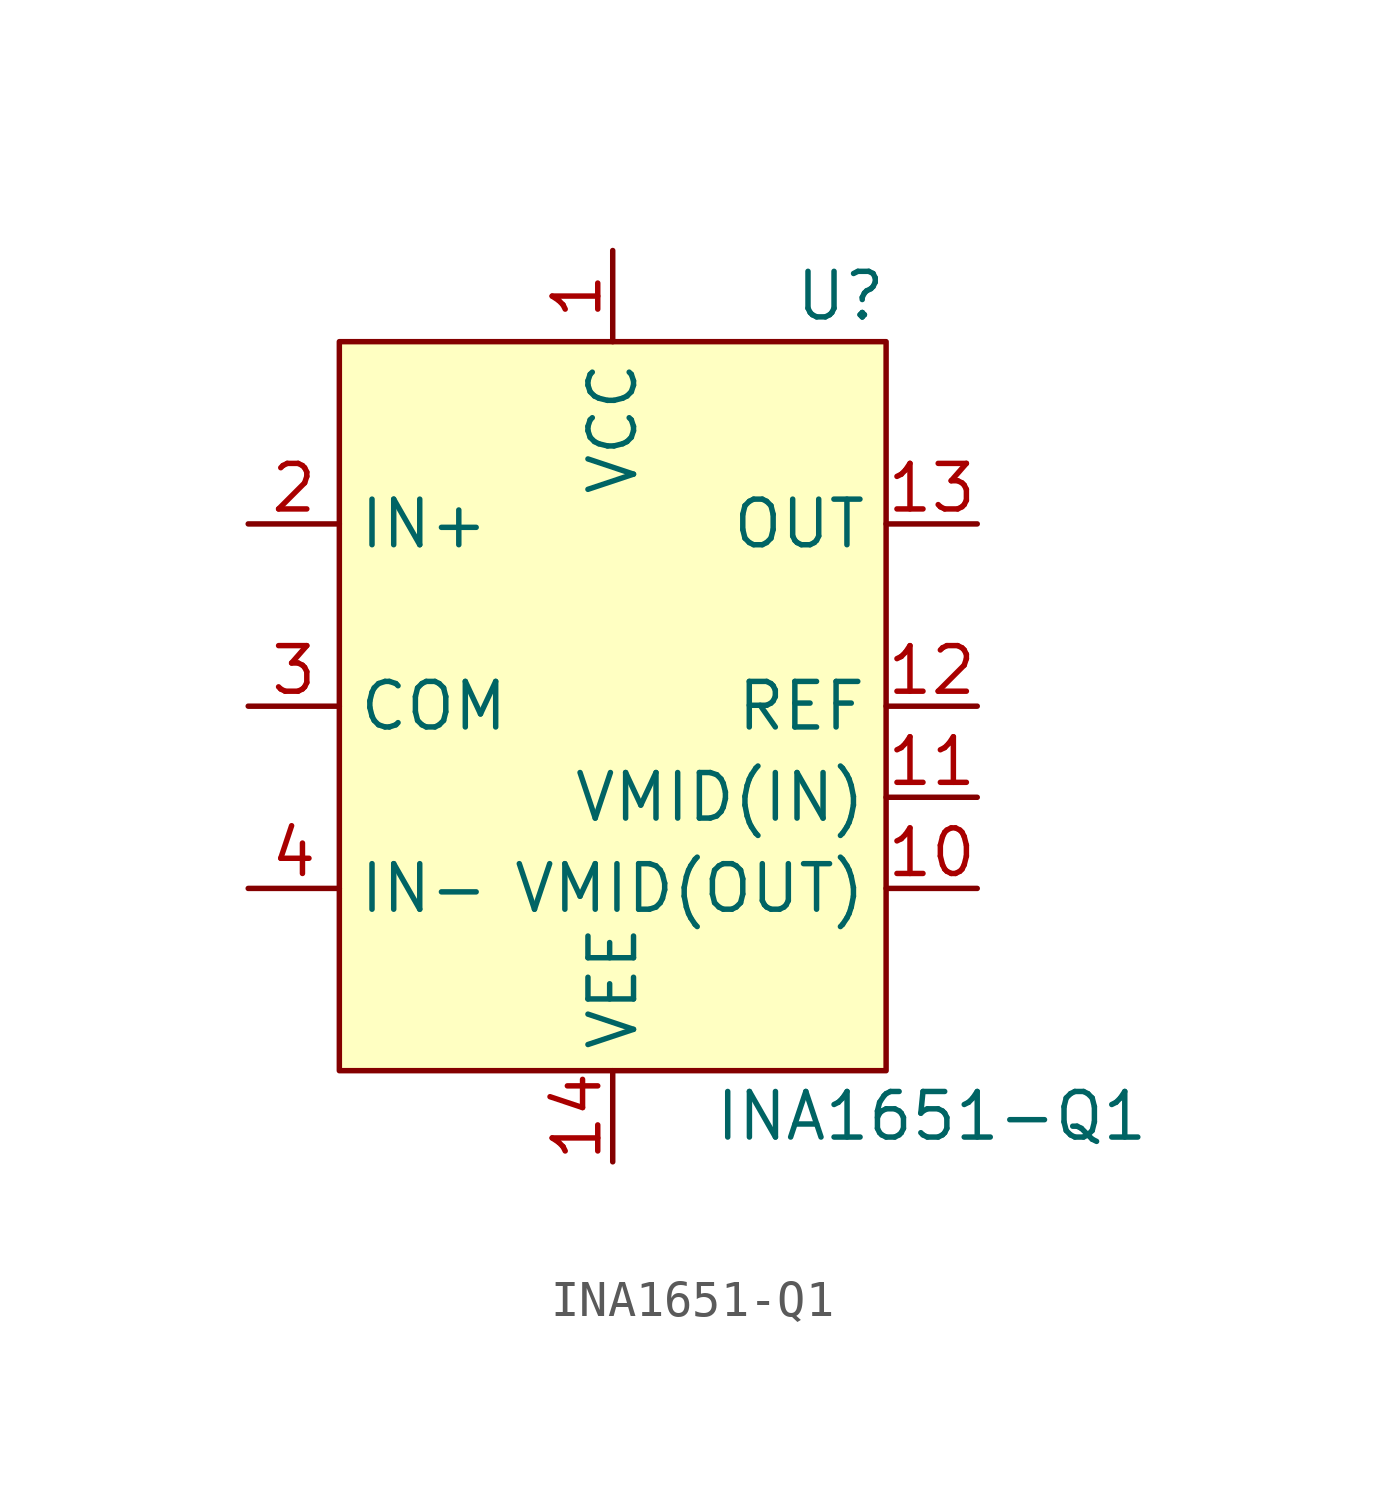
<source format=kicad_sym>
(kicad_symbol_lib
  (version 20211014)
  (generator kicad_symbol_editor)
  (symbol "INA1651-Q1"
    (property "Reference" "U"
      (at 6.35 10.16 0)
      (effects (font (size 1.27 1.27))))
    (property "Value" "INA1651-Q1"
      (at 8.89 -12.7 0)
      (effects (font (size 1.27 1.27))))
    (symbol "INA1651-Q1_0_1"
      (rectangle (start -7.62 8.89) (end 7.62 -11.43) (stroke (width 0) (type default) (color 0 0 0 0)) (fill (type background))))
    (symbol "INA1651-Q1_1_1"
      (pin power_in line (at 0 11.43 270) (length 2.54) (name "VCC" (effects (font (size 1.27 1.27)))) (number "1" (effects (font (size 1.27 1.27)))))
      (pin output line (at 10.16 -6.35 180) (length 2.54) (name "VMID(OUT)" (effects (font (size 1.27 1.27)))) (number "10" (effects (font (size 1.27 1.27)))))
      (pin input line (at 10.16 -3.81 180) (length 2.54) (name "VMID(IN)" (effects (font (size 1.27 1.27)))) (number "11" (effects (font (size 1.27 1.27)))))
      (pin input line (at 10.16 -1.27 180) (length 2.54) (name "REF" (effects (font (size 1.27 1.27)))) (number "12" (effects (font (size 1.27 1.27)))))
      (pin output line (at 10.16 3.81 180) (length 2.54) (name "OUT" (effects (font (size 1.27 1.27)))) (number "13" (effects (font (size 1.27 1.27)))))
      (pin power_out line (at 0 -13.97 90) (length 2.54) (name "VEE" (effects (font (size 1.27 1.27)))) (number "14" (effects (font (size 1.27 1.27)))))
      (pin input line (at -10.16 3.81 0) (length 2.54) (name "IN+" (effects (font (size 1.27 1.27)))) (number "2" (effects (font (size 1.27 1.27)))))
      (pin input line (at -10.16 -1.27 0) (length 2.54) (name "COM" (effects (font (size 1.27 1.27)))) (number "3" (effects (font (size 1.27 1.27)))))
      (pin input line (at -10.16 -6.35 0) (length 2.54) (name "IN-" (effects (font (size 1.27 1.27)))) (number "4" (effects (font (size 1.27 1.27))))))))
</source>
